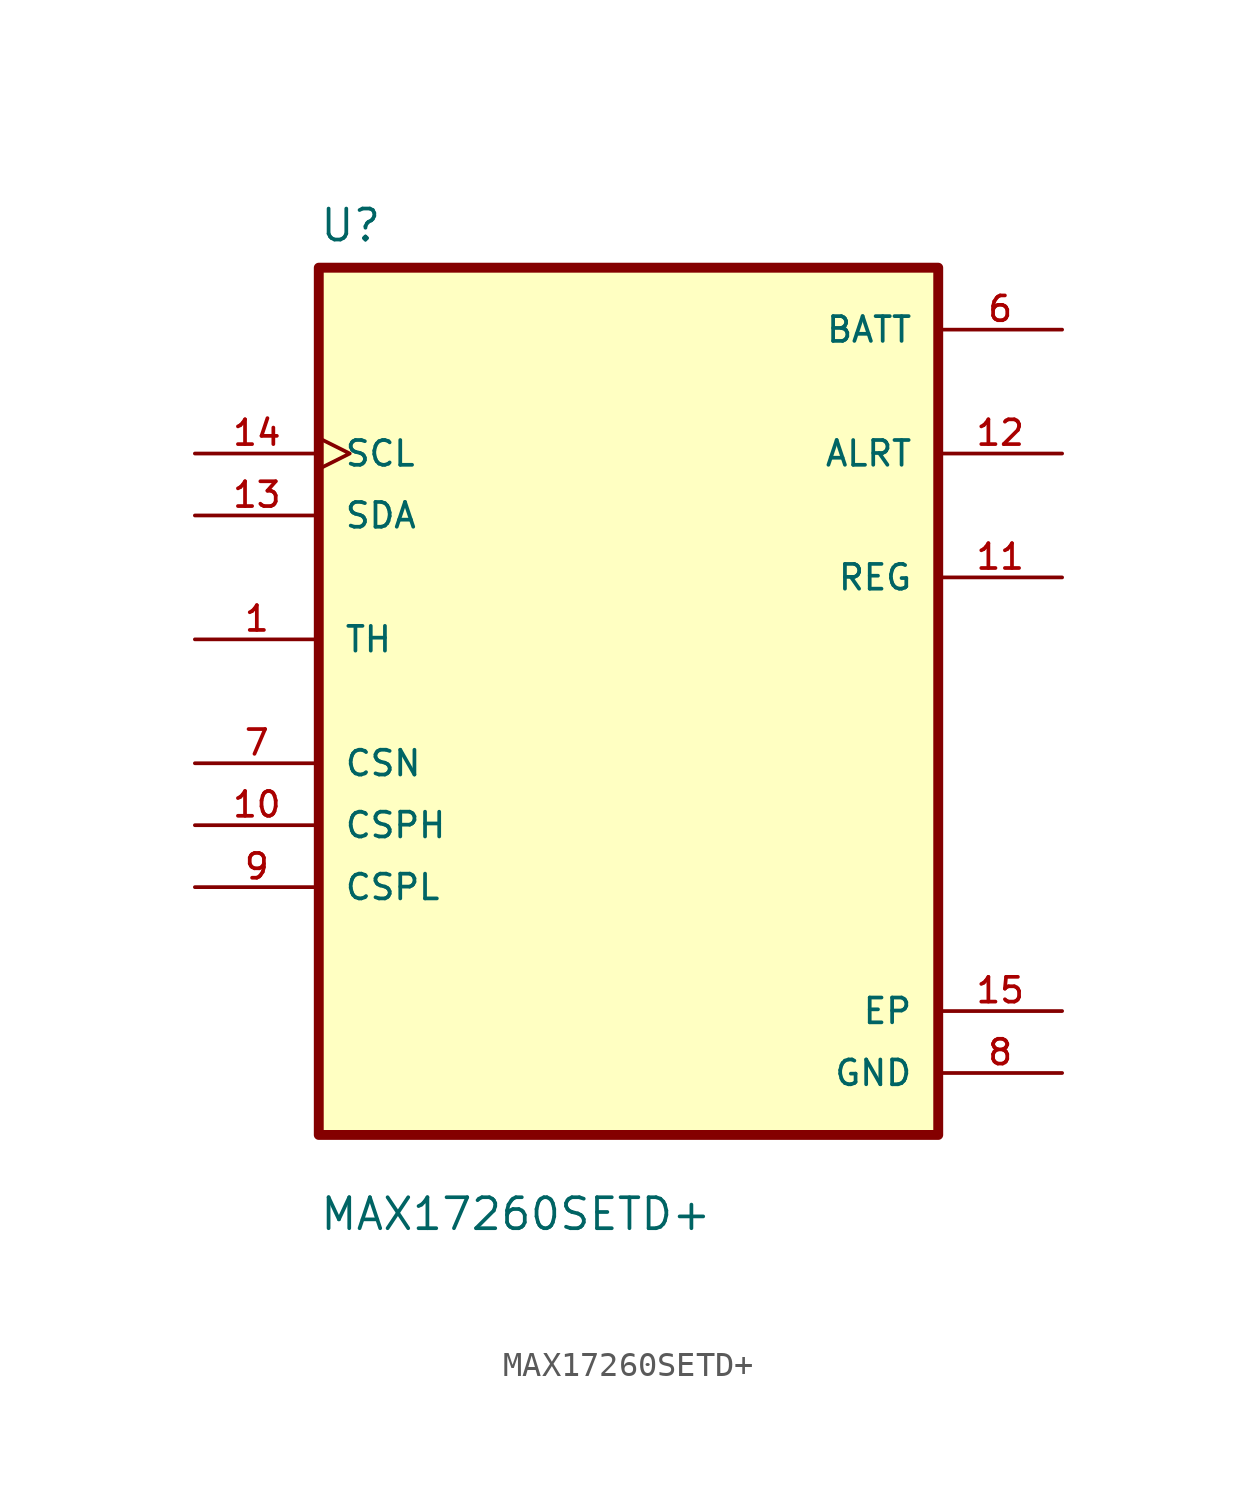
<source format=kicad_sym>
(kicad_symbol_lib
  (version 20211014)
  (generator kicad_symbol_editor)
  (symbol "MAX17260SETD+"
    (pin_names
      (offset 1.016))
    (property "Reference" "U"
      (at -12.7 18.771 0)
      (effects (font (size 1.27 1.27)) (justify left bottom)))
    (property "Value" "MAX17260SETD+"
      (at -12.7 -21.768 0)
      (effects (font (size 1.27 1.27)) (justify left bottom)))
    (property "ki_locked" ""
      (at 0 0 0)
      (effects (font (size 1.27 1.27))))
    (symbol "MAX17260SETD+_0_0"
      (rectangle (start -12.7 -17.78) (end 12.7 17.78) (stroke (width 0.406) (type default) (color 0 0 0 0)) (fill (type background)))
      (pin input line (at -17.78 2.54 0) (length 5.08) (name "TH" (effects (font (size 1.016 1.016)))) (number "1" (effects (font (size 1.016 1.016)))))
      (pin passive line (at -17.78 -5.08 0) (length 5.08) (name "CSPH" (effects (font (size 1.016 1.016)))) (number "10" (effects (font (size 1.016 1.016)))))
      (pin output line (at 17.78 5.08 180) (length 5.08) (name "REG" (effects (font (size 1.016 1.016)))) (number "11" (effects (font (size 1.016 1.016)))))
      (pin output line (at 17.78 10.16 180) (length 5.08) (name "ALRT" (effects (font (size 1.016 1.016)))) (number "12" (effects (font (size 1.016 1.016)))))
      (pin bidirectional line (at -17.78 7.62 0) (length 5.08) (name "SDA" (effects (font (size 1.016 1.016)))) (number "13" (effects (font (size 1.016 1.016)))))
      (pin input clock (at -17.78 10.16 0) (length 5.08) (name "SCL" (effects (font (size 1.016 1.016)))) (number "14" (effects (font (size 1.016 1.016)))))
      (pin power_in line (at 17.78 -12.7 180) (length 5.08) (name "EP" (effects (font (size 1.016 1.016)))) (number "15" (effects (font (size 1.016 1.016)))))
      (pin power_in line (at 17.78 15.24 180) (length 5.08) (name "BATT" (effects (font (size 1.016 1.016)))) (number "6" (effects (font (size 1.016 1.016)))))
      (pin passive line (at -17.78 -2.54 0) (length 5.08) (name "CSN" (effects (font (size 1.016 1.016)))) (number "7" (effects (font (size 1.016 1.016)))))
      (pin power_in line (at 17.78 -15.24 180) (length 5.08) (name "GND" (effects (font (size 1.016 1.016)))) (number "8" (effects (font (size 1.016 1.016)))))
      (pin passive line (at -17.78 -7.62 0) (length 5.08) (name "CSPL" (effects (font (size 1.016 1.016)))) (number "9" (effects (font (size 1.016 1.016))))))))
</source>
